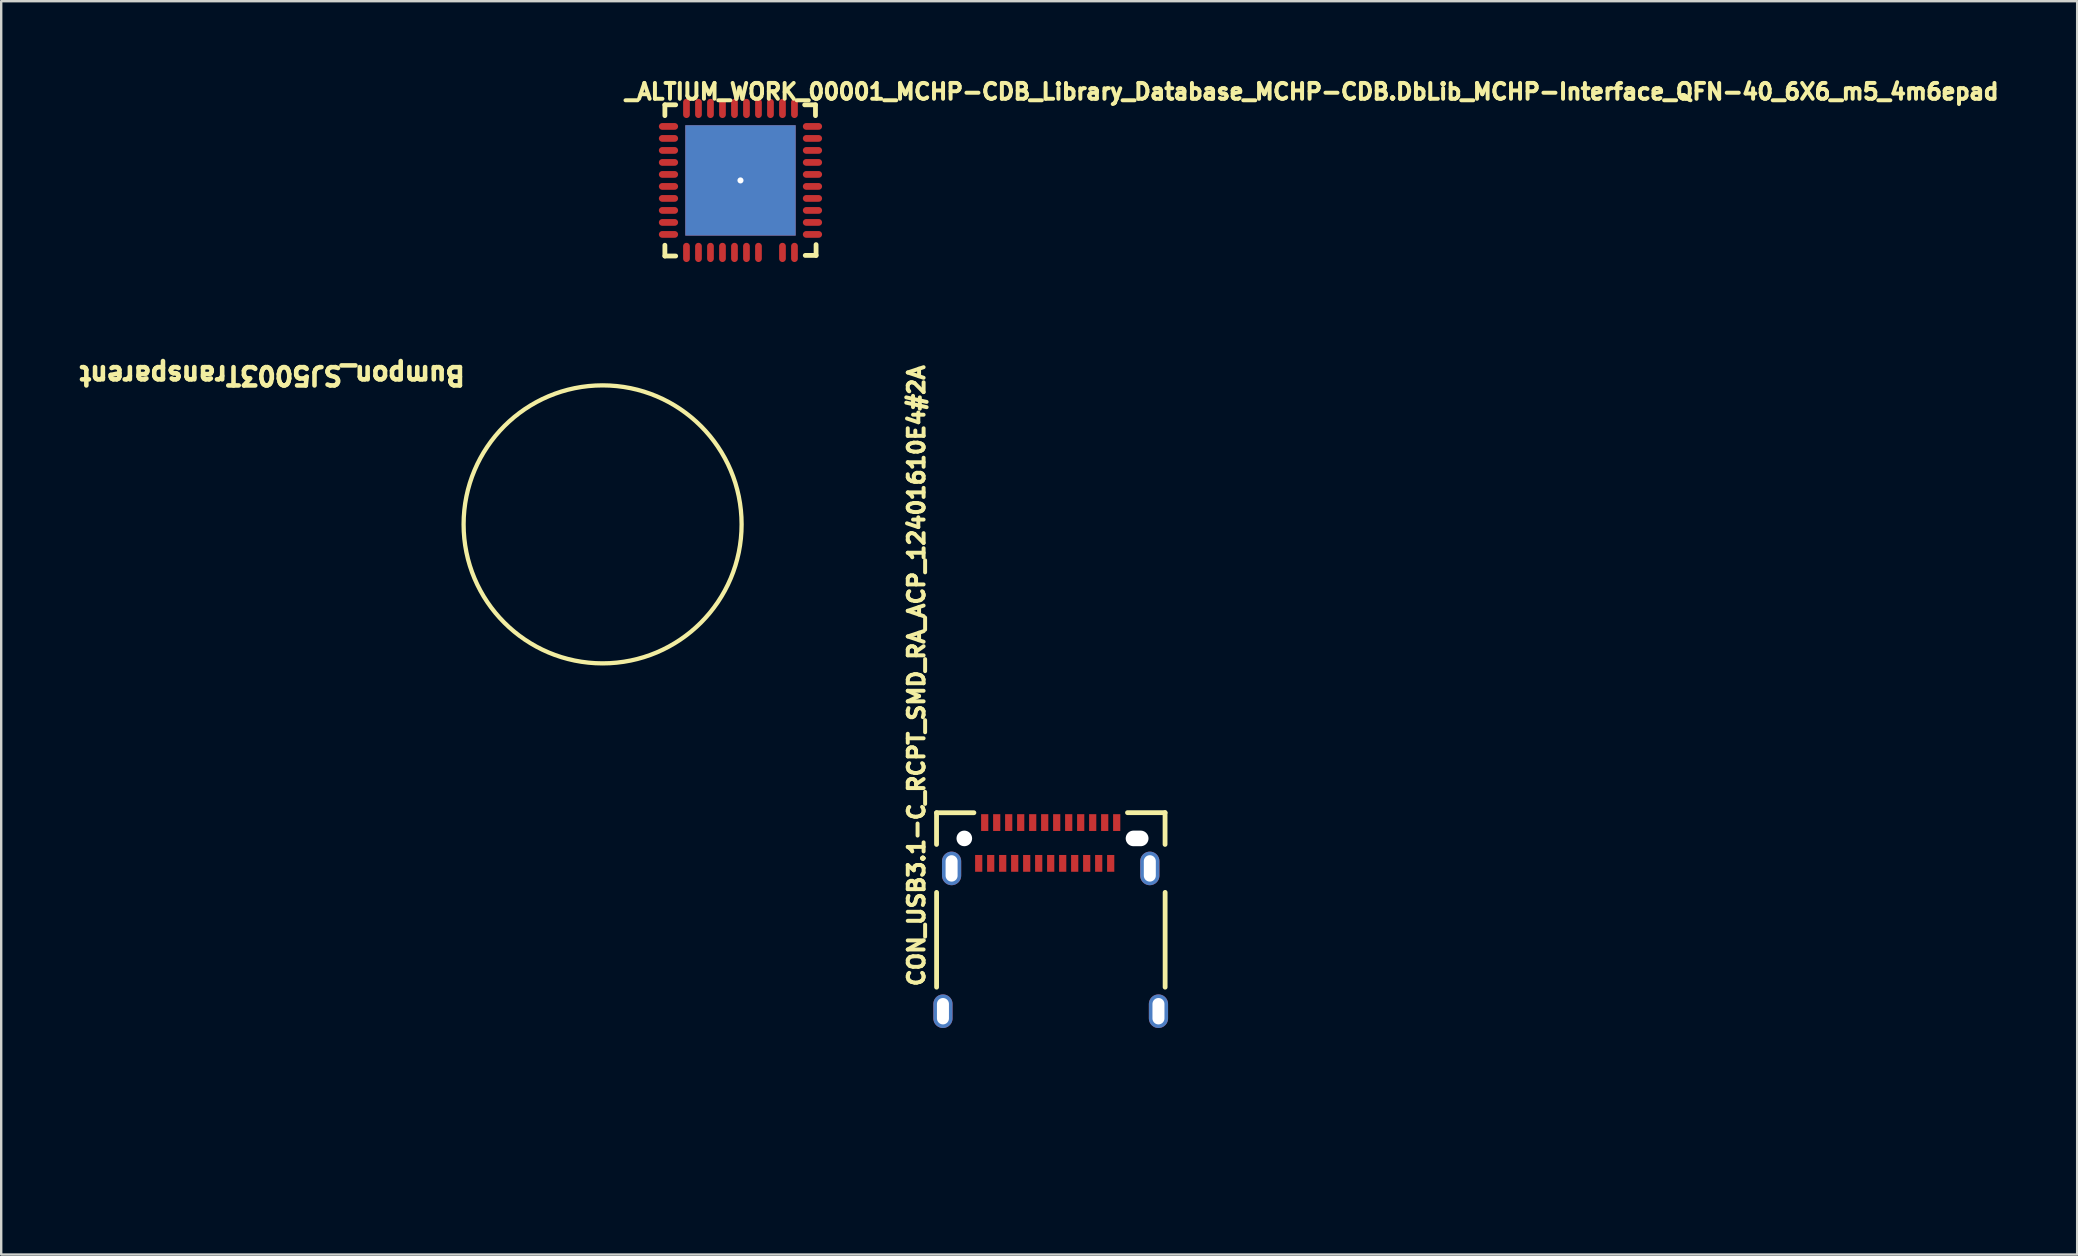
<source format=kicad_pcb>
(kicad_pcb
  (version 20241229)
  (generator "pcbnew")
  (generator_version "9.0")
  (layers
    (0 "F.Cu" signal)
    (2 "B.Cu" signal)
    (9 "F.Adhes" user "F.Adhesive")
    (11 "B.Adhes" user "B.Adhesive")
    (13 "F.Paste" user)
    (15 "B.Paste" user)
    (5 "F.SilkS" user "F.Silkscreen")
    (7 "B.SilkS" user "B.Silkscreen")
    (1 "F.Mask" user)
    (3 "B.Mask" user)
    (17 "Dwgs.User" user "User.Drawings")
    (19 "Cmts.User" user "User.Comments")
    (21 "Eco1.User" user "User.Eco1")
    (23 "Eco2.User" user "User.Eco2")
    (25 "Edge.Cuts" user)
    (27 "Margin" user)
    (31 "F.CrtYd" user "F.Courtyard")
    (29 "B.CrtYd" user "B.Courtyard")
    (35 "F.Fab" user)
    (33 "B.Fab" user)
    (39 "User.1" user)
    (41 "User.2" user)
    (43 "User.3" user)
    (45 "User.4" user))
  (footprint "CON_USB3.1-C_RCPT_SMD_RA_ACP_12401610E4#2A"
    (layer "F.Cu")
    (at 40.732 36.226)
    (property "Reference" "CON_USB3.1-C_RCPT_SMD_RA_ACP_12401610E4#2A" (at -5.207 1.905 90) (unlocked yes) (layer "F.SilkS") (effects (font (size 0.66 0.66) (thickness 0.254) (bold yes)) (justify left bottom)))
    (fp_line (start -4.757 -5.41) (end -3.2 -5.41) (stroke (width 0.2) (type solid)) (layer "F.SilkS"))
    (fp_line (start -4.757 -4.09) (end -4.757 -5.41) (stroke (width 0.2) (type solid)) (layer "F.SilkS"))
    (fp_line (start -4.755 1.859) (end -4.755 -2.091) (stroke (width 0.2) (type solid)) (layer "F.SilkS"))
    (fp_line (start 3.2 -5.413) (end 4.765 -5.413) (stroke (width 0.2) (type solid)) (layer "F.SilkS"))
    (fp_line (start 4.765 -4.09) (end 4.765 -5.413) (stroke (width 0.2) (type solid)) (layer "F.SilkS"))
    (fp_line (start 4.768 1.859) (end 4.768 -2.091) (stroke (width 0.2) (type solid)) (layer "F.SilkS"))
    (fp_line (start -5.09 -5.6) (end 5.09 -5.6) (stroke (width 0.1) (type solid)) (layer "Eco1.User"))
    (fp_line (start -5.09 5.45) (end -5.09 -5.55) (stroke (width 0.1) (type solid)) (layer "Eco1.User"))
    (fp_line (start -5.09 5.45) (end 5.09 5.45) (stroke (width 0.1) (type solid)) (layer "Eco1.User"))
    (fp_line (start -0.35 0) (end 0.35 0) (stroke (width 0.1) (type solid)) (layer "Eco1.User"))
    (fp_line (start 0 0.35) (end 0 -0.35) (stroke (width 0.1) (type solid)) (layer "Eco1.User"))
    (fp_line (start 5.09 5.45) (end 5.09 -5.55) (stroke (width 0.1) (type solid)) (layer "Eco1.User"))
    (fp_line (start -4.6 -5.25) (end 4.6 -5.25) (stroke (width 0.1) (type solid)) (layer "Eco2.User"))
    (fp_line (start -4.6 5.25) (end -4.6 -5.25) (stroke (width 0.1) (type solid)) (layer "Eco2.User"))
    (fp_line (start -4.6 5.25) (end 4.6 5.25) (stroke (width 0.1) (type solid)) (layer "Eco2.User"))
    (fp_line (start 4.6 5.25) (end 4.6 -5.25) (stroke (width 0.1) (type solid)) (layer "Eco2.User"))
    (fp_text user "${REFERENCE}" (at 0.381 -2.591 90) (unlocked yes) (layer "Eco2.User") (effects (font (size 0.635 0.635) (thickness 0.15) (bold yes))))
    (fp_text user "A12" (at 2.032 -4.191 0) (unlocked yes) (layer "Eco2.User") (effects (font (size 0.4 0.4) (thickness 0.15))))
    (fp_text user "A1" (at -3.175 -4.191 0) (unlocked yes) (layer "Eco2.User") (effects (font (size 0.4 0.4) (thickness 0.15))))
    (pad "" np_thru_hole circle (at -3.6 -4.34) (size 0.65 0.65) (drill 0.65) (layers "*.Cu" "*.Mask"))
    (pad "" np_thru_hole oval (at 3.6 -4.34) (size 0.95 0.65) (drill oval 0.95 0.65) (layers "*.Cu" "*.Mask"))
    (pad "25" thru_hole oval (at -4.49 2.86 90) (size 1.4 0.8) (drill oval 1.1 0.5) (layers "*.Cu" "*.Mask"))
    (pad "25" thru_hole oval (at -4.13 -3.09 90) (size 1.4 0.8) (drill oval 1.1 0.5) (layers "*.Cu" "*.Mask"))
    (pad "25" thru_hole oval (at 4.13 -3.09 90) (size 1.4 0.8) (drill oval 1.1 0.5) (layers "*.Cu" "*.Mask"))
    (pad "25" thru_hole oval (at 4.49 2.86 90) (size 1.4 0.8) (drill oval 1.1 0.5) (layers "*.Cu" "*.Mask"))
    (pad "A1" smd rect (at -2.75 -5 90) (size 0.7 0.3) (layers "F.Cu" "F.Mask" "F.Paste"))
    (pad "A2" smd rect (at -2.25 -5 90) (size 0.7 0.3) (layers "F.Cu" "F.Mask" "F.Paste"))
    (pad "A3" smd rect (at -1.75 -5 90) (size 0.7 0.3) (layers "F.Cu" "F.Mask" "F.Paste"))
    (pad "A4" smd rect (at -1.25 -5 90) (size 0.7 0.3) (layers "F.Cu" "F.Mask" "F.Paste"))
    (pad "A5" smd rect (at -0.75 -5 90) (size 0.7 0.3) (layers "F.Cu" "F.Mask" "F.Paste"))
    (pad "A6" smd rect (at -0.25 -5 90) (size 0.7 0.3) (layers "F.Cu" "F.Mask" "F.Paste"))
    (pad "A7" smd rect (at 0.25 -5 90) (size 0.7 0.3) (layers "F.Cu" "F.Mask" "F.Paste"))
    (pad "A8" smd rect (at 0.75 -5 90) (size 0.7 0.3) (layers "F.Cu" "F.Mask" "F.Paste"))
    (pad "A9" smd rect (at 1.25 -5 90) (size 0.7 0.3) (layers "F.Cu" "F.Mask" "F.Paste"))
    (pad "A10" smd rect (at 1.75 -5 90) (size 0.7 0.3) (layers "F.Cu" "F.Mask" "F.Paste"))
    (pad "A11" smd rect (at 2.25 -5 90) (size 0.7 0.3) (layers "F.Cu" "F.Mask" "F.Paste"))
    (pad "A12" smd rect (at 2.75 -5 90) (size 0.7 0.3) (layers "F.Cu" "F.Mask" "F.Paste"))
    (pad "B1" smd rect (at 2.5 -3.3 90) (size 0.7 0.3) (layers "F.Cu" "F.Mask" "F.Paste"))
    (pad "B2" smd rect (at 2 -3.3 90) (size 0.7 0.3) (layers "F.Cu" "F.Mask" "F.Paste"))
    (pad "B3" smd rect (at 1.5 -3.3 90) (size 0.7 0.3) (layers "F.Cu" "F.Mask" "F.Paste"))
    (pad "B4" smd rect (at 1 -3.3 90) (size 0.7 0.3) (layers "F.Cu" "F.Mask" "F.Paste"))
    (pad "B5" smd rect (at 0.5 -3.3 90) (size 0.7 0.3) (layers "F.Cu" "F.Mask" "F.Paste"))
    (pad "B6" smd rect (at 0 -3.3 90) (size 0.7 0.3) (layers "F.Cu" "F.Mask" "F.Paste"))
    (pad "B7" smd rect (at -0.5 -3.3 90) (size 0.7 0.3) (layers "F.Cu" "F.Mask" "F.Paste"))
    (pad "B8" smd rect (at -1 -3.3 90) (size 0.7 0.3) (layers "F.Cu" "F.Mask" "F.Paste"))
    (pad "B9" smd rect (at -1.5 -3.3 90) (size 0.7 0.3) (layers "F.Cu" "F.Mask" "F.Paste"))
    (pad "B10" smd rect (at -2 -3.3 90) (size 0.7 0.3) (layers "F.Cu" "F.Mask" "F.Paste"))
    (pad "B11" smd rect (at -2.5 -3.3 90) (size 0.7 0.3) (layers "F.Cu" "F.Mask" "F.Paste"))
    (pad "B12" smd rect (at -3 -3.3 90) (size 0.7 0.3) (layers "F.Cu" "F.Mask" "F.Paste")))
  (footprint "Bumpon_SJ5003Transparent"
    (layer "F.Cu")
    (at 22.06 18.8)
    (property "Reference" "Bumpon_SJ5003Transparent" (at -5.639 -6.655 180) (unlocked yes) (layer "F.SilkS") (effects (font (size 0.762 0.762) (thickness 0.254) (bold yes)) (justify left bottom)))
    (fp_circle (center 0 0) (end 0 -5.792) (stroke (width 0.178) (type solid)) (fill no) (layer "F.SilkS"))
    (fp_circle (center 0 0) (end 0 -0.006) (stroke (width 0.013) (type solid)) (fill no) (layer "User.4"))
    (fp_circle (center 0 0) (end 0 -5.792) (stroke (width 0.127) (type solid)) (fill no) (layer "User.6"))
    (fp_text user "${REFERENCE}" (at -1.524 0.508 180) (unlocked yes) (layer "User.6") (effects (font (size 1.016 1.016) (thickness 0.178)))))
  (footprint "_ALTIUM_WORK_00001_MCHP-CDB_Library_Database_MCHP-CDB.DbLib_MCHP-Interface_QFN-40_6X6_m5_4m6epad"
    (layer "F.Cu")
    (at 27.805 4.468)
    (property "Reference" "_ALTIUM_WORK_00001_MCHP-CDB_Library_Database_MCHP-CDB.DbLib_MCHP-Interface_QFN-40_6X6_m5_4m6epad" (at -4.899 -3.313 0) (unlocked yes) (layer "F.SilkS") (effects (font (size 0.66 0.66) (thickness 0.254) (bold yes)) (justify left bottom)))
    (fp_line (start -3.15 2.7) (end -3.15 3.15) (stroke (width 0.2) (type solid)) (layer "F.SilkS"))
    (fp_line (start -3.15 3.15) (end -2.7 3.15) (stroke (width 0.2) (type solid)) (layer "F.SilkS"))
    (fp_line (start -3.15 -3.15) (end -3.15 -2.7) (stroke (width 0.2) (type solid)) (layer "F.SilkS"))
    (fp_line (start -3.15 -3.15) (end -2.7 -3.15) (stroke (width 0.2) (type solid)) (layer "F.SilkS"))
    (fp_line (start 2.675 -3.15) (end 3.125 -3.15) (stroke (width 0.2) (type solid)) (layer "F.SilkS"))
    (fp_line (start 2.7 3.125) (end 3.15 3.125) (stroke (width 0.2) (type solid)) (layer "F.SilkS"))
    (fp_line (start 3.125 -3.15) (end 3.125 -2.7) (stroke (width 0.2) (type solid)) (layer "F.SilkS"))
    (fp_line (start 3.15 2.675) (end 3.15 3.125) (stroke (width 0.2) (type solid)) (layer "F.SilkS"))
    (fp_line (start -4.4 -4.4) (end -4.4 4.4) (stroke (width 0.1) (type solid)) (layer "Eco1.User"))
    (fp_line (start -4.4 -4.4) (end 4.4 -4.4) (stroke (width 0.1) (type solid)) (layer "Eco1.User"))
    (fp_line (start -4.4 4.4) (end 4.4 4.4) (stroke (width 0.1) (type solid)) (layer "Eco1.User"))
    (fp_line (start -0.5 -0.000081) (end 0.5 -0.000081) (stroke (width 0.1) (type solid)) (layer "Eco1.User"))
    (fp_line (start 0.000081 -0.5) (end 0.000081 0.5) (stroke (width 0.1) (type solid)) (layer "Eco1.User"))
    (fp_line (start 4.4 -4.4) (end 4.4 4.4) (stroke (width 0.1) (type solid)) (layer "Eco1.User"))
    (fp_line (start -3 -3) (end -3 3) (stroke (width 0.1) (type solid)) (layer "Eco2.User"))
    (fp_line (start -3 -3) (end 3 -3) (stroke (width 0.1) (type solid)) (layer "Eco2.User"))
    (fp_line (start -3 3) (end 3 3) (stroke (width 0.1) (type solid)) (layer "Eco2.User"))
    (fp_line (start 3 -3) (end 3 3) (stroke (width 0.1) (type solid)) (layer "Eco2.User"))
    (fp_text user "1" (at -1.651 -2.413 90) (unlocked yes) (layer "Eco2.User") (effects (font (size 0.8 0.8) (thickness 0.15))))
    (fp_text user "${REFERENCE}" (at -0.127 0.762 0) (unlocked yes) (layer "Eco2.User") (effects (font (size 0.635 0.635) (thickness 0.15) (bold yes))))
    (pad "1" smd oval (at -3 -2.25 90) (size 0.28 0.8) (layers "F.Cu" "F.Mask" "F.Paste"))
    (pad "2" smd oval (at -3 -1.75) (size 0.8 0.28) (layers "F.Cu" "F.Mask" "F.Paste"))
    (pad "3" smd oval (at -3 -1.25) (size 0.8 0.28) (layers "F.Cu" "F.Mask" "F.Paste"))
    (pad "4" smd oval (at -3 -0.75) (size 0.8 0.28) (layers "F.Cu" "F.Mask" "F.Paste"))
    (pad "5" smd oval (at -3 -0.25) (size 0.8 0.28) (layers "F.Cu" "F.Mask" "F.Paste"))
    (pad "6" smd oval (at -3 0.25) (size 0.8 0.28) (layers "F.Cu" "F.Mask" "F.Paste"))
    (pad "7" smd oval (at -3 0.75) (size 0.8 0.28) (layers "F.Cu" "F.Mask" "F.Paste"))
    (pad "8" smd oval (at -3 1.25) (size 0.8 0.28) (layers "F.Cu" "F.Mask" "F.Paste"))
    (pad "9" smd oval (at -3 1.75) (size 0.8 0.28) (layers "F.Cu" "F.Mask" "F.Paste"))
    (pad "10" smd oval (at -3 2.25) (size 0.8 0.28) (layers "F.Cu" "F.Mask" "F.Paste"))
    (pad "11" smd oval (at -2.25 3 90) (size 0.8 0.28) (layers "F.Cu" "F.Mask" "F.Paste"))
    (pad "12" smd oval (at -1.75 3 90) (size 0.8 0.28) (layers "F.Cu" "F.Mask" "F.Paste"))
    (pad "13" smd oval (at -1.25 3 90) (size 0.8 0.28) (layers "F.Cu" "F.Mask" "F.Paste"))
    (pad "14" smd oval (at -0.75 3 90) (size 0.8 0.28) (layers "F.Cu" "F.Mask" "F.Paste"))
    (pad "15" smd oval (at -0.25 3 90) (size 0.8 0.28) (layers "F.Cu" "F.Mask" "F.Paste"))
    (pad "16" smd oval (at 0.25 3 90) (size 0.8 0.28) (layers "F.Cu" "F.Mask" "F.Paste"))
    (pad "17" smd oval (at 0.75 3 90) (size 0.8 0.28) (layers "F.Cu" "F.Mask" "F.Paste"))
    (pad "19" smd oval (at 1.75 3 270) (size 0.8 0.28) (layers "F.Cu" "F.Mask" "F.Paste"))
    (pad "20" smd oval (at 2.25 3 270) (size 0.8 0.28) (layers "F.Cu" "F.Mask" "F.Paste"))
    (pad "21" smd oval (at 3 2.25) (size 0.8 0.28) (layers "F.Cu" "F.Mask" "F.Paste"))
    (pad "22" smd oval (at 3 1.75) (size 0.8 0.28) (layers "F.Cu" "F.Mask" "F.Paste"))
    (pad "23" smd oval (at 3 1.25) (size 0.8 0.28) (layers "F.Cu" "F.Mask" "F.Paste"))
    (pad "24" smd oval (at 3 0.75) (size 0.8 0.28) (layers "F.Cu" "F.Mask" "F.Paste"))
    (pad "25" smd oval (at 3 0.25) (size 0.8 0.28) (layers "F.Cu" "F.Mask" "F.Paste"))
    (pad "26" smd oval (at 3 -0.25) (size 0.8 0.28) (layers "F.Cu" "F.Mask" "F.Paste"))
    (pad "27" smd oval (at 3 -0.75) (size 0.8 0.28) (layers "F.Cu" "F.Mask" "F.Paste"))
    (pad "28" smd oval (at 3 -1.25) (size 0.8 0.28) (layers "F.Cu" "F.Mask" "F.Paste"))
    (pad "29" smd oval (at 3 -1.75) (size 0.8 0.28) (layers "F.Cu" "F.Mask" "F.Paste"))
    (pad "30" smd oval (at 3 -2.25) (size 0.8 0.28) (layers "F.Cu" "F.Mask" "F.Paste"))
    (pad "31" smd oval (at 2.25 -3 90) (size 0.8 0.28) (layers "F.Cu" "F.Mask" "F.Paste"))
    (pad "32" smd oval (at 1.75 -3 90) (size 0.8 0.28) (layers "F.Cu" "F.Mask" "F.Paste"))
    (pad "33" smd oval (at 1.25 -3 90) (size 0.8 0.28) (layers "F.Cu" "F.Mask" "F.Paste"))
    (pad "34" smd oval (at 0.75 -3 90) (size 0.8 0.28) (layers "F.Cu" "F.Mask" "F.Paste"))
    (pad "35" smd oval (at 0.25 -3 90) (size 0.8 0.28) (layers "F.Cu" "F.Mask" "F.Paste"))
    (pad "36" smd oval (at -0.25 -3 90) (size 0.8 0.28) (layers "F.Cu" "F.Mask" "F.Paste"))
    (pad "37" smd oval (at -0.75 -3 90) (size 0.8 0.28) (layers "F.Cu" "F.Mask" "F.Paste"))
    (pad "38" smd oval (at -1.25 -3 90) (size 0.8 0.28) (layers "F.Cu" "F.Mask" "F.Paste"))
    (pad "39" smd oval (at -1.75 -3 90) (size 0.8 0.28) (layers "F.Cu" "F.Mask" "F.Paste"))
    (pad "40" smd oval (at -2.25 -3 90) (size 0.8 0.28) (layers "F.Cu" "F.Mask" "F.Paste"))
    (pad "41" thru_hole rect (at 0 0) (size 4.6 4.6) (drill 0.254) (layers "*.Cu" "*.Mask")))
  (gr_rect
    (start -3 -3)
    (end 83.504 49.225)
    (stroke (width 0.1) (type default))
    (fill no)
    (layer "Edge.Cuts")))
</source>
